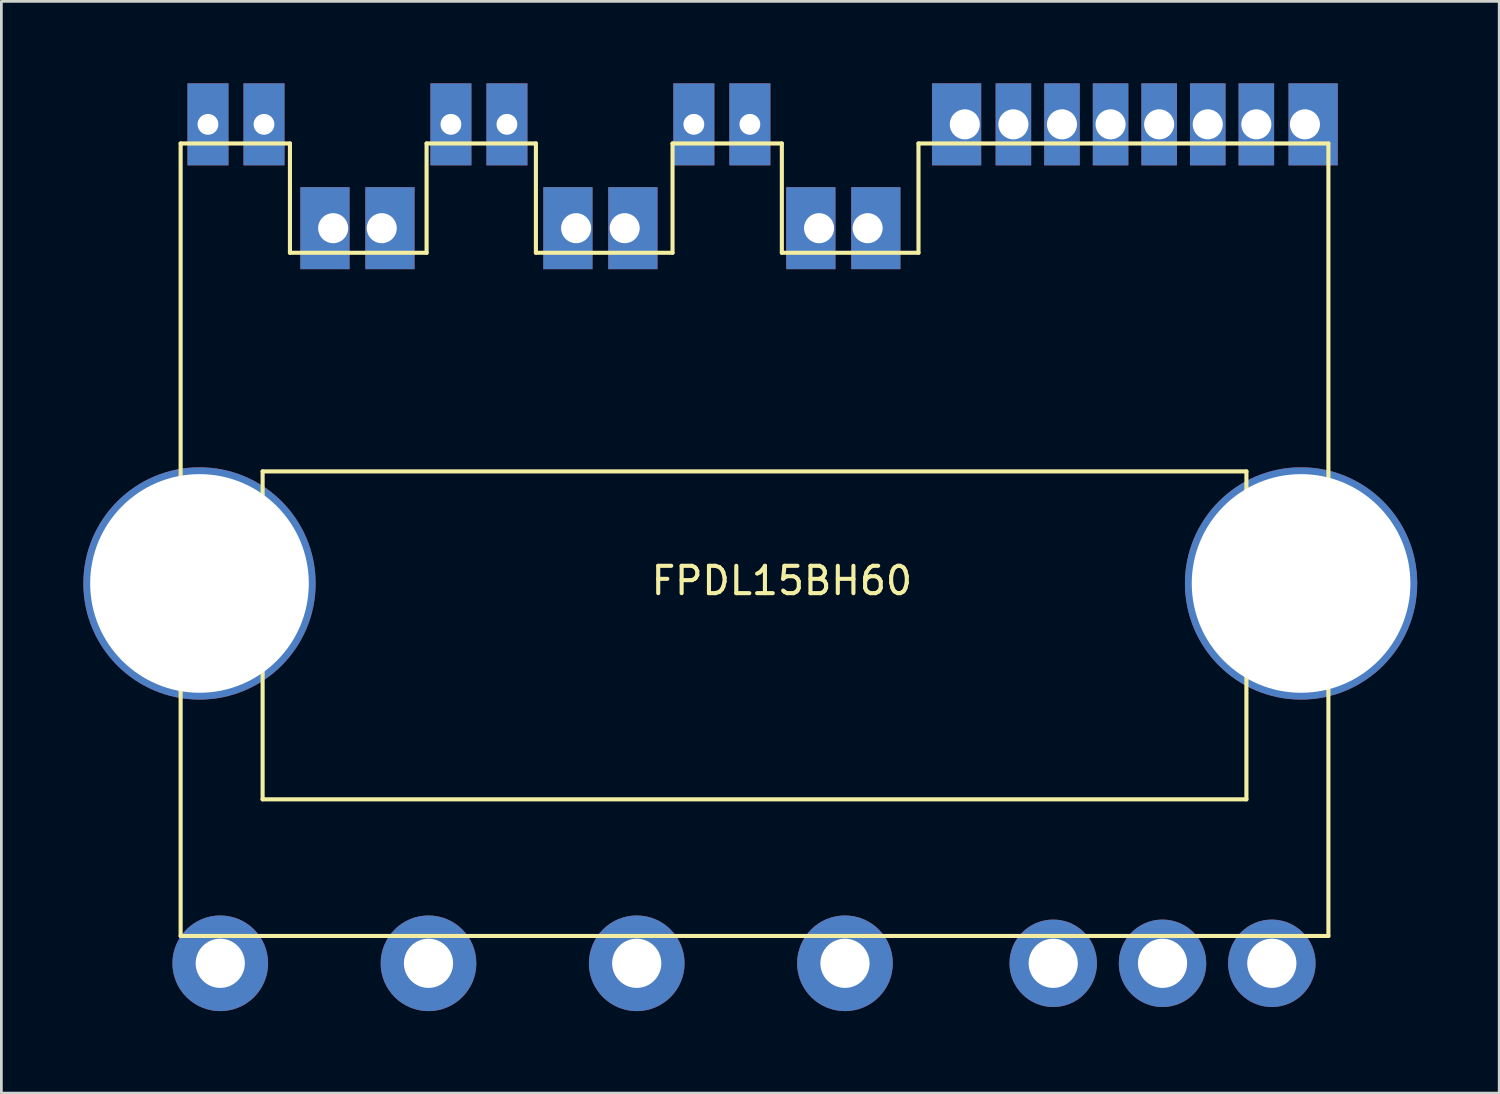
<source format=kicad_pcb>
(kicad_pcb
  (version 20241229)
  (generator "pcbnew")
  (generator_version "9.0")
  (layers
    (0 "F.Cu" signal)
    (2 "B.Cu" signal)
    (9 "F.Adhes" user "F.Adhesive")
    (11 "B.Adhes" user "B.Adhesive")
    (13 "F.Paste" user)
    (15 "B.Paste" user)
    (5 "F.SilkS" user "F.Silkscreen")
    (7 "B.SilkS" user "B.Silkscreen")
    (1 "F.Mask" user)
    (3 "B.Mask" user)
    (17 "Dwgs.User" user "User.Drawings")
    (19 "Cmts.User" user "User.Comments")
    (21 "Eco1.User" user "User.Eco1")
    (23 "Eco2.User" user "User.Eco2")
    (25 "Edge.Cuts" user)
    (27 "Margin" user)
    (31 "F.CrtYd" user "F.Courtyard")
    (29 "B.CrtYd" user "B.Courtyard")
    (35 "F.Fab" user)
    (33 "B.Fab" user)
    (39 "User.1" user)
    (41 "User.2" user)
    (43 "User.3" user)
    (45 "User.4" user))
  (footprint "FPDL15BH60"
    (layer "F.Cu")
    (at 4.56 32.2)
    (property "Reference" "FPDL15BH60" (at 21 -14 0) (layer "F.SilkS") (effects (font (size 1 1) (thickness 0.15))))
    (attr through_hole)
    (fp_line (start -1 -30) (end -1 -1) (stroke (width 0.15) (type solid)) (layer "F.SilkS"))
    (fp_line (start -1 -1) (end 41 -1) (stroke (width 0.15) (type solid)) (layer "F.SilkS"))
    (fp_line (start 2 -18) (end 38 -18) (stroke (width 0.15) (type solid)) (layer "F.SilkS"))
    (fp_line (start 2 -6) (end 2 -18) (stroke (width 0.15) (type solid)) (layer "F.SilkS"))
    (fp_line (start 3 -30) (end -1 -30) (stroke (width 0.15) (type solid)) (layer "F.SilkS"))
    (fp_line (start 3 -26) (end 3 -30) (stroke (width 0.15) (type solid)) (layer "F.SilkS"))
    (fp_line (start 8 -30) (end 8 -26) (stroke (width 0.15) (type solid)) (layer "F.SilkS"))
    (fp_line (start 8 -26) (end 3 -26) (stroke (width 0.15) (type solid)) (layer "F.SilkS"))
    (fp_line (start 12 -30) (end 8 -30) (stroke (width 0.15) (type solid)) (layer "F.SilkS"))
    (fp_line (start 12 -26) (end 12 -30) (stroke (width 0.15) (type solid)) (layer "F.SilkS"))
    (fp_line (start 17 -30) (end 17 -26) (stroke (width 0.15) (type solid)) (layer "F.SilkS"))
    (fp_line (start 17 -26) (end 12 -26) (stroke (width 0.15) (type solid)) (layer "F.SilkS"))
    (fp_line (start 21 -30) (end 17 -30) (stroke (width 0.15) (type solid)) (layer "F.SilkS"))
    (fp_line (start 21 -26) (end 21 -30) (stroke (width 0.15) (type solid)) (layer "F.SilkS"))
    (fp_line (start 26 -30) (end 26 -26) (stroke (width 0.15) (type solid)) (layer "F.SilkS"))
    (fp_line (start 26 -26) (end 21 -26) (stroke (width 0.15) (type solid)) (layer "F.SilkS"))
    (fp_line (start 38 -18) (end 38 -6) (stroke (width 0.15) (type solid)) (layer "F.SilkS"))
    (fp_line (start 38 -6) (end 2 -6) (stroke (width 0.15) (type solid)) (layer "F.SilkS"))
    (fp_line (start 41 -30) (end 26 -30) (stroke (width 0.15) (type solid)) (layer "F.SilkS"))
    (fp_line (start 41 -1) (end 41 -30) (stroke (width 0.15) (type solid)) (layer "F.SilkS"))
    (pad "" np_thru_hole circle (at -0.31 -13.9) (size 8.5 8.5) (drill 8) (layers "*.Cu" "*.Mask"))
    (pad "" np_thru_hole circle (at 40 -13.9) (size 8.5 8.5) (drill 8) (layers "*.Cu" "*.Mask"))
    (pad "1" thru_hole trapezoid (at 40.141 -30.7) (size 1.8 3) (drill 1.1 (offset 0.3 0)) (layers "*.Cu" "*.Mask"))
    (pad "2" thru_hole trapezoid (at 38.363 -30.7) (size 1.3 3) (drill 1.1) (layers "*.Cu" "*.Mask"))
    (pad "3" thru_hole trapezoid (at 36.585 -30.7) (size 1.3 3) (drill 1.1) (layers "*.Cu" "*.Mask"))
    (pad "4" thru_hole trapezoid (at 34.807 -30.7) (size 1.3 3) (drill 1.1) (layers "*.Cu" "*.Mask"))
    (pad "5" thru_hole trapezoid (at 33.029 -30.7) (size 1.3 3) (drill 1.1) (layers "*.Cu" "*.Mask"))
    (pad "6" thru_hole trapezoid (at 31.251 -30.7) (size 1.3 3) (drill 1.1) (layers "*.Cu" "*.Mask"))
    (pad "7" thru_hole trapezoid (at 29.473 -30.7) (size 1.3 3) (drill 1.1) (layers "*.Cu" "*.Mask"))
    (pad "8" thru_hole trapezoid (at 27.695 -30.7) (size 1.8 3) (drill 1.1 (offset -0.3 0)) (layers "*.Cu" "*.Mask"))
    (pad "9" thru_hole trapezoid (at 24.139 -26.9) (size 1.8 3) (drill 1.1 (offset 0.3 0)) (layers "*.Cu" "*.Mask"))
    (pad "10" thru_hole trapezoid (at 22.361 -26.9) (size 1.8 3) (drill 1.1 (offset -0.3 0)) (layers "*.Cu" "*.Mask"))
    (pad "11" thru_hole trapezoid (at 19.83 -30.7) (size 1.5 3) (drill 0.762) (layers "*.Cu" "*.Mask"))
    (pad "12" thru_hole trapezoid (at 17.78 -30.7) (size 1.5 3) (drill 0.762) (layers "*.Cu" "*.Mask"))
    (pad "13" thru_hole trapezoid (at 15.249 -26.9) (size 1.8 3) (drill 1.1 (offset 0.3 0)) (layers "*.Cu" "*.Mask"))
    (pad "14" thru_hole trapezoid (at 13.471 -26.9) (size 1.8 3) (drill 1.1 (offset -0.3 0)) (layers "*.Cu" "*.Mask"))
    (pad "15" thru_hole trapezoid (at 10.94 -30.7) (size 1.5 3) (drill 0.762) (layers "*.Cu" "*.Mask"))
    (pad "16" thru_hole trapezoid (at 8.89 -30.7) (size 1.5 3) (drill 0.762) (layers "*.Cu" "*.Mask"))
    (pad "17" thru_hole trapezoid (at 6.359 -26.9) (size 1.8 3) (drill 1.1 (offset 0.3 0)) (layers "*.Cu" "*.Mask"))
    (pad "18" thru_hole trapezoid (at 4.581 -26.9) (size 1.8 3) (drill 1.1 (offset -0.3 0)) (layers "*.Cu" "*.Mask"))
    (pad "19" thru_hole trapezoid (at 2.05 -30.7) (size 1.5 3) (drill 0.762) (layers "*.Cu" "*.Mask"))
    (pad "20" thru_hole trapezoid (at 0 -30.7) (size 1.5 3) (drill 0.762) (layers "*.Cu" "*.Mask"))
    (pad "21" thru_hole circle (at 38.93 0) (size 3.2 3.2) (drill 1.8) (layers "*.Cu" "*.Mask"))
    (pad "22" thru_hole circle (at 34.93 0) (size 3.2 3.2) (drill 1.8) (layers "*.Cu" "*.Mask"))
    (pad "23" thru_hole circle (at 30.93 0) (size 3.2 3.2) (drill 1.8) (layers "*.Cu" "*.Mask"))
    (pad "24" thru_hole circle (at 23.31 0) (size 3.5 3.5) (drill 1.8) (layers "*.Cu" "*.Mask"))
    (pad "25" thru_hole circle (at 15.69 0) (size 3.5 3.5) (drill 1.8) (layers "*.Cu" "*.Mask"))
    (pad "26" thru_hole circle (at 8.07 0) (size 3.5 3.5) (drill 1.8) (layers "*.Cu" "*.Mask"))
    (pad "27" thru_hole circle (at 0.45 0) (size 3.5 3.5) (drill 1.8) (layers "*.Cu" "*.Mask")))
  (gr_rect
    (start -3 -3)
    (end 51.81 36.95)
    (stroke (width 0.1) (type default))
    (fill no)
    (layer "Edge.Cuts")))
</source>
